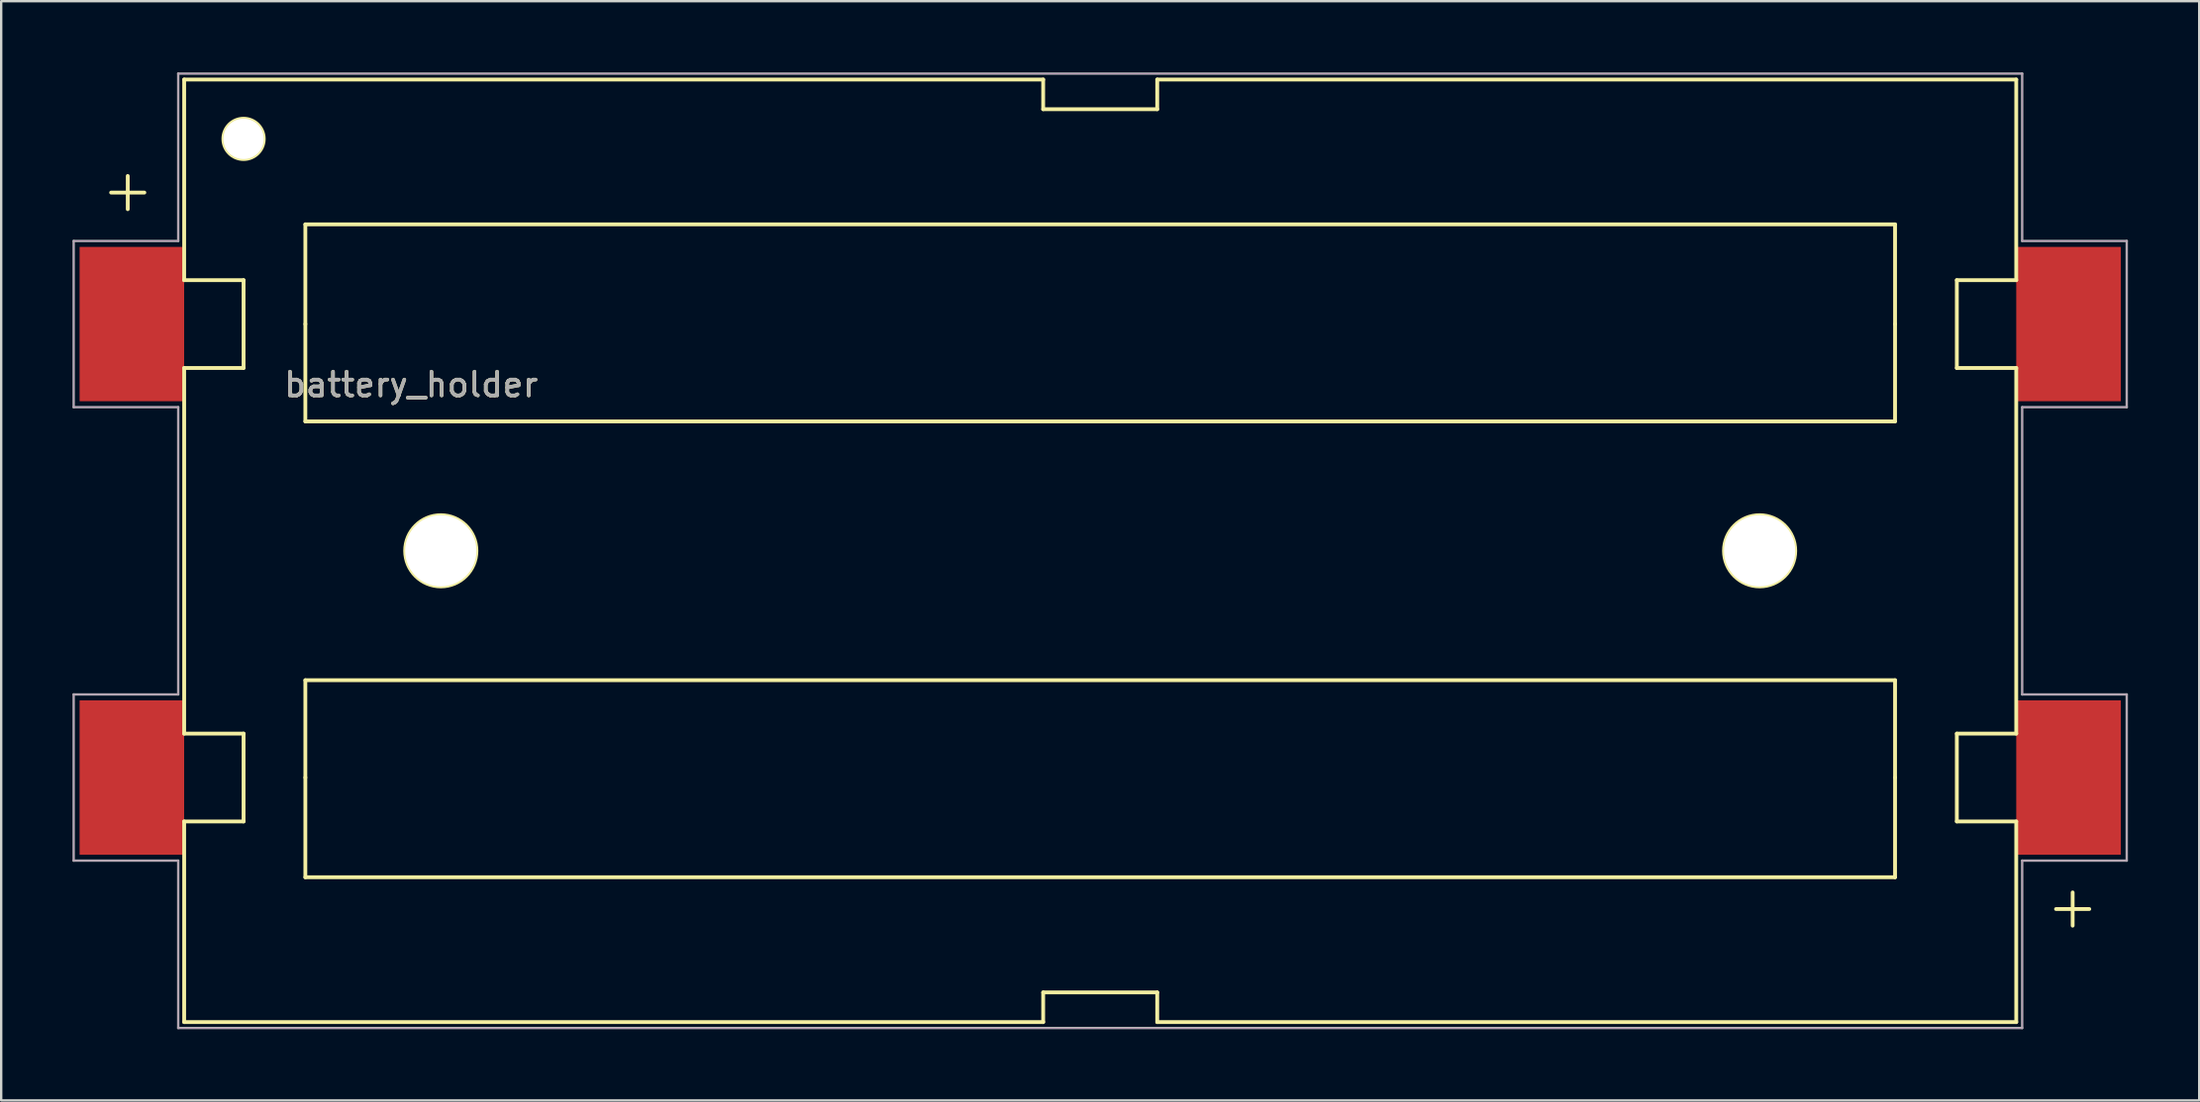
<source format=kicad_pcb>
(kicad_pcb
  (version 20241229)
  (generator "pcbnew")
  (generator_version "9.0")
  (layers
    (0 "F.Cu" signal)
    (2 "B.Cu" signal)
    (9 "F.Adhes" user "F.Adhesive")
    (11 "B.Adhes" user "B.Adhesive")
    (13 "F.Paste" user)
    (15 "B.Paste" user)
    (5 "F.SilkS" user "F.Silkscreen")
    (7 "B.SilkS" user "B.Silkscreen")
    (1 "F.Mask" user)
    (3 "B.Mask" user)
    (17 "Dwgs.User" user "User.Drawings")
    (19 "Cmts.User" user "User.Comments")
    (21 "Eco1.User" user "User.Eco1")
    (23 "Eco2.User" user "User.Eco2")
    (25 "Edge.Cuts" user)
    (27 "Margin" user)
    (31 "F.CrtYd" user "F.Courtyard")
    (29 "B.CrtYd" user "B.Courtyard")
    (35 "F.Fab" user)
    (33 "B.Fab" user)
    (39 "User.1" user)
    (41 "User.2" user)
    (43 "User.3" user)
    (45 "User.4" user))
  (footprint "battery_holder"
    (layer "F.Cu")
    (at 43.25 20.15)
    (property "Reference" "battery_holder" (at -29 -7 0) (layer "F.SilkS") (effects (font (size 1 1) (thickness 0.15))))
    (attr smd)
    (fp_line (start -41.624 -15.089) (end -40.924 -15.089) (stroke (width 0.16) (type solid)) (layer "F.SilkS"))
    (fp_line (start -40.924 -15.789) (end -40.924 -15.089) (stroke (width 0.16) (type solid)) (layer "F.SilkS"))
    (fp_line (start -40.924 -15.089) (end -40.924 -14.389) (stroke (width 0.16) (type solid)) (layer "F.SilkS"))
    (fp_line (start -40.924 -15.089) (end -40.224 -15.089) (stroke (width 0.16) (type solid)) (layer "F.SilkS"))
    (fp_line (start -38.55 -19.85) (end -38.55 -11.4) (stroke (width 0.16) (type solid)) (layer "F.SilkS"))
    (fp_line (start -38.55 -19.85) (end -2.4 -19.85) (stroke (width 0.16) (type solid)) (layer "F.SilkS"))
    (fp_line (start -38.55 -7.7) (end -36.05 -7.7) (stroke (width 0.16) (type solid)) (layer "F.SilkS"))
    (fp_line (start -38.55 7.7) (end -38.55 -7.7) (stroke (width 0.16) (type solid)) (layer "F.SilkS"))
    (fp_line (start -38.55 11.4) (end -36.05 11.4) (stroke (width 0.16) (type solid)) (layer "F.SilkS"))
    (fp_line (start -38.55 19.85) (end -38.55 11.4) (stroke (width 0.16) (type solid)) (layer "F.SilkS"))
    (fp_line (start -36.05 -11.4) (end -38.55 -11.4) (stroke (width 0.16) (type solid)) (layer "F.SilkS"))
    (fp_line (start -36.05 -7.7) (end -36.05 -11.4) (stroke (width 0.16) (type solid)) (layer "F.SilkS"))
    (fp_line (start -36.05 7.7) (end -38.55 7.7) (stroke (width 0.16) (type solid)) (layer "F.SilkS"))
    (fp_line (start -36.05 11.4) (end -36.05 7.7) (stroke (width 0.16) (type solid)) (layer "F.SilkS"))
    (fp_line (start -33.45 -13.75) (end 33.45 -13.75) (stroke (width 0.16) (type solid)) (layer "F.SilkS"))
    (fp_line (start -33.45 -9.55) (end -33.45 -13.75) (stroke (width 0.16) (type solid)) (layer "F.SilkS"))
    (fp_line (start -33.45 -5.45) (end -33.45 -9.55) (stroke (width 0.16) (type solid)) (layer "F.SilkS"))
    (fp_line (start -33.45 5.45) (end -33.45 9.55) (stroke (width 0.16) (type solid)) (layer "F.SilkS"))
    (fp_line (start -33.45 9.55) (end -33.45 13.75) (stroke (width 0.16) (type solid)) (layer "F.SilkS"))
    (fp_line (start -33.45 13.75) (end 33.45 13.75) (stroke (width 0.16) (type solid)) (layer "F.SilkS"))
    (fp_line (start -2.4 -19.85) (end -2.4 -18.6) (stroke (width 0.16) (type solid)) (layer "F.SilkS"))
    (fp_line (start -2.4 -18.6) (end 2.4 -18.6) (stroke (width 0.16) (type solid)) (layer "F.SilkS"))
    (fp_line (start -2.4 18.6) (end -2.4 19.85) (stroke (width 0.16) (type solid)) (layer "F.SilkS"))
    (fp_line (start -2.4 19.85) (end -38.55 19.85) (stroke (width 0.16) (type solid)) (layer "F.SilkS"))
    (fp_line (start 2.4 -19.85) (end 38.55 -19.85) (stroke (width 0.16) (type solid)) (layer "F.SilkS"))
    (fp_line (start 2.4 -18.6) (end 2.4 -19.85) (stroke (width 0.16) (type solid)) (layer "F.SilkS"))
    (fp_line (start 2.4 18.6) (end -2.4 18.6) (stroke (width 0.16) (type solid)) (layer "F.SilkS"))
    (fp_line (start 2.4 19.85) (end 2.4 18.6) (stroke (width 0.16) (type solid)) (layer "F.SilkS"))
    (fp_line (start 33.45 -13.75) (end 33.45 -9.55) (stroke (width 0.16) (type solid)) (layer "F.SilkS"))
    (fp_line (start 33.45 -9.55) (end 33.45 -5.45) (stroke (width 0.16) (type solid)) (layer "F.SilkS"))
    (fp_line (start 33.45 -5.45) (end -33.45 -5.45) (stroke (width 0.16) (type solid)) (layer "F.SilkS"))
    (fp_line (start 33.45 5.45) (end -33.45 5.45) (stroke (width 0.16) (type solid)) (layer "F.SilkS"))
    (fp_line (start 33.45 9.55) (end 33.45 5.45) (stroke (width 0.16) (type solid)) (layer "F.SilkS"))
    (fp_line (start 33.45 13.75) (end 33.45 9.55) (stroke (width 0.16) (type solid)) (layer "F.SilkS"))
    (fp_line (start 36.05 -11.4) (end 38.55 -11.4) (stroke (width 0.16) (type solid)) (layer "F.SilkS"))
    (fp_line (start 36.05 -7.7) (end 36.05 -11.4) (stroke (width 0.16) (type solid)) (layer "F.SilkS"))
    (fp_line (start 36.05 7.7) (end 38.55 7.7) (stroke (width 0.16) (type solid)) (layer "F.SilkS"))
    (fp_line (start 36.05 11.4) (end 36.05 7.7) (stroke (width 0.16) (type solid)) (layer "F.SilkS"))
    (fp_line (start 38.55 -19.85) (end 38.55 -11.4) (stroke (width 0.16) (type solid)) (layer "F.SilkS"))
    (fp_line (start 38.55 -7.7) (end 36.05 -7.7) (stroke (width 0.16) (type solid)) (layer "F.SilkS"))
    (fp_line (start 38.55 -7.7) (end 38.55 7.7) (stroke (width 0.16) (type solid)) (layer "F.SilkS"))
    (fp_line (start 38.55 11.4) (end 36.05 11.4) (stroke (width 0.16) (type solid)) (layer "F.SilkS"))
    (fp_line (start 38.55 11.4) (end 38.55 19.85) (stroke (width 0.16) (type solid)) (layer "F.SilkS"))
    (fp_line (start 38.55 19.85) (end 2.4 19.85) (stroke (width 0.16) (type solid)) (layer "F.SilkS"))
    (fp_line (start 40.224 15.089) (end 41.624 15.089) (stroke (width 0.16) (type solid)) (layer "F.SilkS"))
    (fp_line (start 40.924 14.389) (end 40.924 15.789) (stroke (width 0.16) (type solid)) (layer "F.SilkS"))
    (fp_circle (center -36.05 -17.35) (end -36.9 -17.35) (stroke (width 0.16) (type solid)) (fill no) (layer "F.SilkS"))
    (fp_circle (center -27.75 0) (end -29.25 0) (stroke (width 0.16) (type solid)) (fill no) (layer "F.SilkS"))
    (fp_circle (center 27.75 0) (end 26.25 0) (stroke (width 0.16) (type solid)) (fill no) (layer "F.SilkS"))
    (fp_line (start -43.2 -13.05) (end -38.8 -13.05) (stroke (width 0.005) (type solid)) (layer "F.CrtYd"))
    (fp_line (start -43.2 -6.05) (end -43.2 -13.05) (stroke (width 0.005) (type solid)) (layer "F.CrtYd"))
    (fp_line (start -43.2 6.05) (end -38.8 6.05) (stroke (width 0.005) (type solid)) (layer "F.CrtYd"))
    (fp_line (start -43.2 13.05) (end -43.2 6.05) (stroke (width 0.005) (type solid)) (layer "F.CrtYd"))
    (fp_line (start -38.8 -20.1) (end 38.8 -20.1) (stroke (width 0.005) (type solid)) (layer "F.CrtYd"))
    (fp_line (start -38.8 -13.05) (end -38.8 -20.1) (stroke (width 0.005) (type solid)) (layer "F.CrtYd"))
    (fp_line (start -38.8 -6.05) (end -43.2 -6.05) (stroke (width 0.005) (type solid)) (layer "F.CrtYd"))
    (fp_line (start -38.8 6.05) (end -38.8 -6.05) (stroke (width 0.005) (type solid)) (layer "F.CrtYd"))
    (fp_line (start -38.8 13.05) (end -43.2 13.05) (stroke (width 0.005) (type solid)) (layer "F.CrtYd"))
    (fp_line (start -38.8 20.1) (end -38.8 13.05) (stroke (width 0.005) (type solid)) (layer "F.CrtYd"))
    (fp_line (start 38.8 -20.1) (end 38.8 -13.05) (stroke (width 0.005) (type solid)) (layer "F.CrtYd"))
    (fp_line (start 38.8 -13.05) (end 43.2 -13.05) (stroke (width 0.005) (type solid)) (layer "F.CrtYd"))
    (fp_line (start 38.8 -6.05) (end 38.8 6.05) (stroke (width 0.005) (type solid)) (layer "F.CrtYd"))
    (fp_line (start 38.8 6.05) (end 43.2 6.05) (stroke (width 0.005) (type solid)) (layer "F.CrtYd"))
    (fp_line (start 38.8 13.05) (end 38.8 20.1) (stroke (width 0.005) (type solid)) (layer "F.CrtYd"))
    (fp_line (start 38.8 20.1) (end -38.8 20.1) (stroke (width 0.005) (type solid)) (layer "F.CrtYd"))
    (fp_line (start 43.2 -13.05) (end 43.2 -6.05) (stroke (width 0.005) (type solid)) (layer "F.CrtYd"))
    (fp_line (start 43.2 -6.05) (end 38.8 -6.05) (stroke (width 0.005) (type solid)) (layer "F.CrtYd"))
    (fp_line (start 43.2 6.05) (end 43.2 13.05) (stroke (width 0.005) (type solid)) (layer "F.CrtYd"))
    (fp_line (start 43.2 13.05) (end 38.8 13.05) (stroke (width 0.005) (type solid)) (layer "F.CrtYd"))
    (fp_line (start -43.2 -13.05) (end -38.8 -13.05) (stroke (width 0.1) (type solid)) (layer "F.Fab"))
    (fp_line (start -43.2 -6.05) (end -43.2 -13.05) (stroke (width 0.1) (type solid)) (layer "F.Fab"))
    (fp_line (start -43.2 6.05) (end -38.8 6.05) (stroke (width 0.1) (type solid)) (layer "F.Fab"))
    (fp_line (start -43.2 13.05) (end -43.2 6.05) (stroke (width 0.1) (type solid)) (layer "F.Fab"))
    (fp_line (start -38.8 -20.1) (end 38.8 -20.1) (stroke (width 0.1) (type solid)) (layer "F.Fab"))
    (fp_line (start -38.8 -13.05) (end -38.8 -20.1) (stroke (width 0.1) (type solid)) (layer "F.Fab"))
    (fp_line (start -38.8 -6.05) (end -43.2 -6.05) (stroke (width 0.1) (type solid)) (layer "F.Fab"))
    (fp_line (start -38.8 6.05) (end -38.8 -6.05) (stroke (width 0.1) (type solid)) (layer "F.Fab"))
    (fp_line (start -38.8 13.05) (end -43.2 13.05) (stroke (width 0.1) (type solid)) (layer "F.Fab"))
    (fp_line (start -38.8 20.1) (end -38.8 13.05) (stroke (width 0.1) (type solid)) (layer "F.Fab"))
    (fp_line (start 38.8 -20.1) (end 38.8 -13.05) (stroke (width 0.1) (type solid)) (layer "F.Fab"))
    (fp_line (start 38.8 -13.05) (end 43.2 -13.05) (stroke (width 0.1) (type solid)) (layer "F.Fab"))
    (fp_line (start 38.8 -6.05) (end 38.8 6.05) (stroke (width 0.1) (type solid)) (layer "F.Fab"))
    (fp_line (start 38.8 6.05) (end 43.2 6.05) (stroke (width 0.1) (type solid)) (layer "F.Fab"))
    (fp_line (start 38.8 13.05) (end 38.8 20.1) (stroke (width 0.1) (type solid)) (layer "F.Fab"))
    (fp_line (start 38.8 20.1) (end -38.8 20.1) (stroke (width 0.1) (type solid)) (layer "F.Fab"))
    (fp_line (start 43.2 -13.05) (end 43.2 -6.05) (stroke (width 0.1) (type solid)) (layer "F.Fab"))
    (fp_line (start 43.2 -6.05) (end 38.8 -6.05) (stroke (width 0.1) (type solid)) (layer "F.Fab"))
    (fp_line (start 43.2 6.05) (end 43.2 13.05) (stroke (width 0.1) (type solid)) (layer "F.Fab"))
    (fp_line (start 43.2 13.05) (end 38.8 13.05) (stroke (width 0.1) (type solid)) (layer "F.Fab"))
    (fp_text user "${REFERENCE}" (at -29 -7 0) (layer "F.Fab") (effects (font (size 1 1) (thickness 0.15))))
    (pad "" np_thru_hole circle (at -36.05 -17.35) (size 1.7 1.7) (drill 1.7) (layers "*.Cu" "*.Mask"))
    (pad "" np_thru_hole circle (at -27.75 0) (size 3 3) (drill 3) (layers "*.Cu" "*.Mask"))
    (pad "" np_thru_hole circle (at 27.75 0) (size 3 3) (drill 3) (layers "*.Cu" "*.Mask"))
    (pad "1" smd rect (at -40.75 -9.55) (size 4.4 6.5) (layers "F.Cu" "F.Mask" "F.Paste"))
    (pad "2" smd rect (at 40.75 -9.55) (size 4.4 6.5) (layers "F.Cu" "F.Mask" "F.Paste"))
    (pad "3" smd rect (at 40.75 9.55) (size 4.4 6.5) (layers "F.Cu" "F.Mask" "F.Paste"))
    (pad "4" smd rect (at -40.75 9.55) (size 4.4 6.5) (layers "F.Cu" "F.Mask" "F.Paste")))
  (gr_rect
    (start -3 -3)
    (end 89.5 43.3)
    (stroke (width 0.1) (type default))
    (fill no)
    (layer "Edge.Cuts")))
</source>
